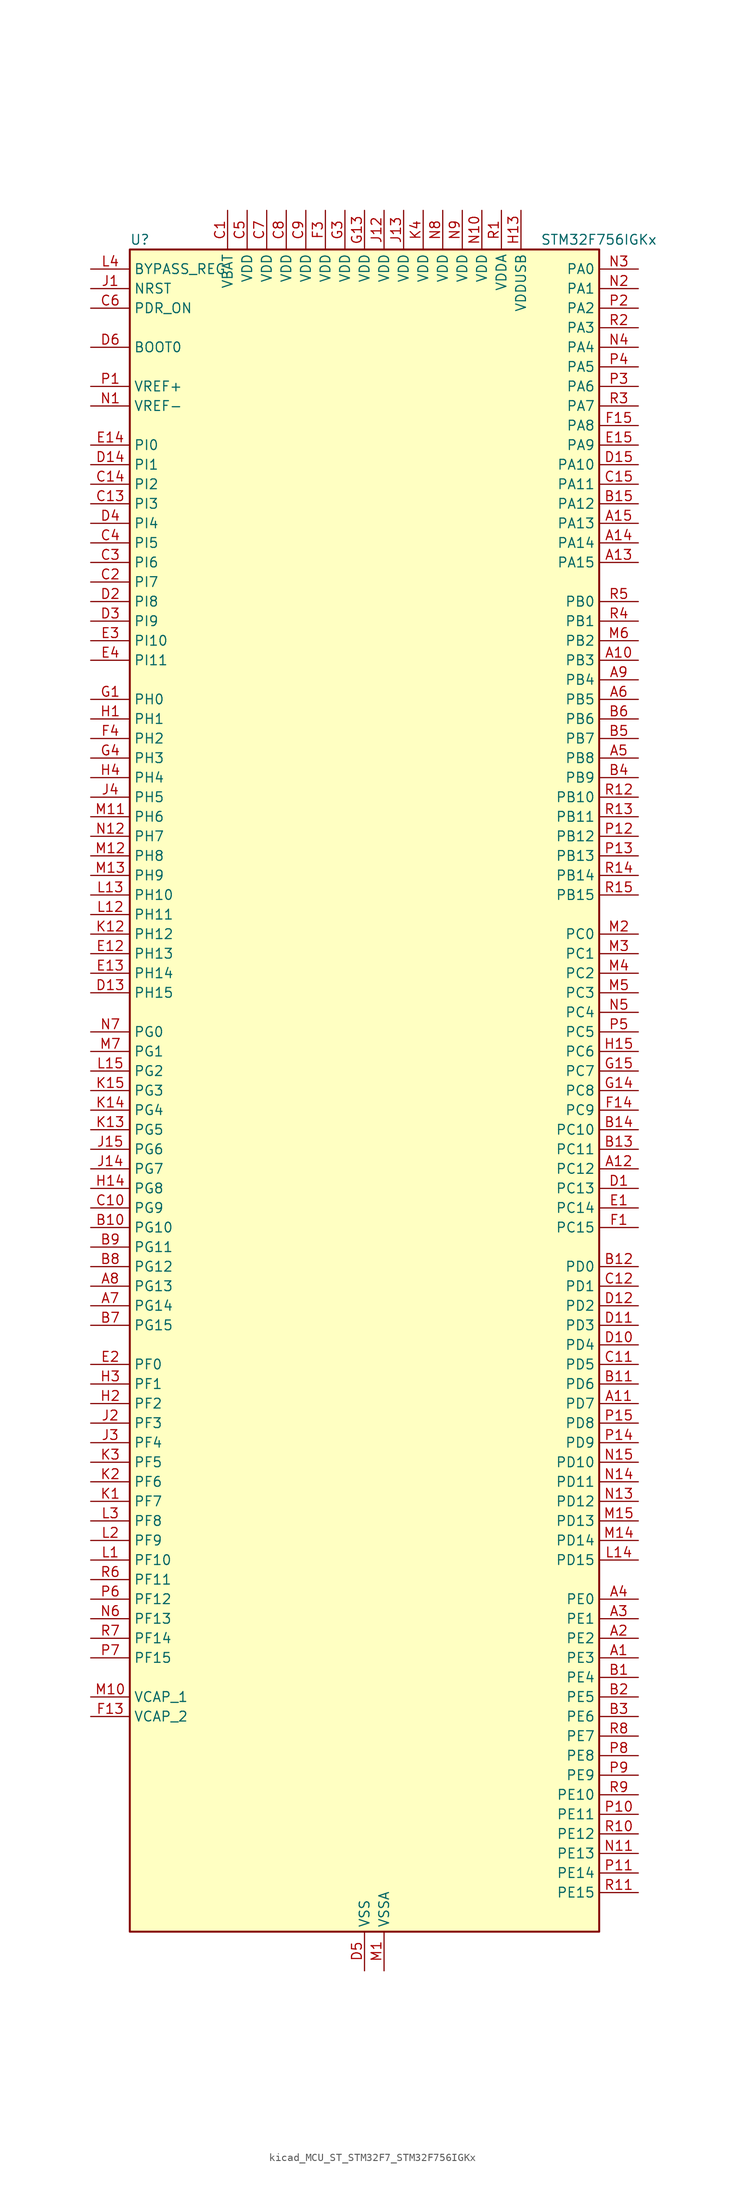
<source format=kicad_sym>
(kicad_symbol_lib
  (version 20220914)
  (generator kicad_symbol_editor)
  (symbol "kicad_MCU_ST_STM32F7_STM32F756IGKx"
    (property "Reference" "U"
      (at -30.48 110.49 0)
      (effects (font (size 1.27 1.27)) (justify left)))
    (property "Value" "STM32F756IGKx"
      (at 22.86 110.49 0)
      (effects (font (size 1.27 1.27)) (justify left)))
    (property "ki_locked" ""
      (at 0 0 0)
      (effects (font (size 1.27 1.27))))
    (symbol "kicad_MCU_ST_STM32F7_STM32F756IGKx_0_1"
      (rectangle (start -30.48 -109.22) (end 30.48 109.22) (stroke (width 0.254) (type default)) (fill (type background))))
    (symbol "kicad_MCU_ST_STM32F7_STM32F756IGKx_1_1"
      (pin bidirectional line (at 35.56 -73.66 180) (length 5.08) (name "PE3" (effects (font (size 1.27 1.27)))) (number "A1" (effects (font (size 1.27 1.27)))) (alternate "FMC_A19" bidirectional line) (alternate "SAI1_SD_B" bidirectional line) (alternate "SYS_TRACED0" bidirectional line))
      (pin bidirectional line (at 35.56 55.88 180) (length 5.08) (name "PB3" (effects (font (size 1.27 1.27)))) (number "A10" (effects (font (size 1.27 1.27)))) (alternate "I2S1_CK" bidirectional line) (alternate "I2S3_CK" bidirectional line) (alternate "SPI1_SCK" bidirectional line) (alternate "SPI3_SCK" bidirectional line) (alternate "SYS_JTDO-SWO" bidirectional line) (alternate "TIM2_CH2" bidirectional line))
      (pin bidirectional line (at 35.56 -40.64 180) (length 5.08) (name "PD7" (effects (font (size 1.27 1.27)))) (number "A11" (effects (font (size 1.27 1.27)))) (alternate "FMC_NE1" bidirectional line) (alternate "SPDIFRX_IN0" bidirectional line) (alternate "USART2_CK" bidirectional line))
      (pin bidirectional line (at 35.56 -10.16 180) (length 5.08) (name "PC12" (effects (font (size 1.27 1.27)))) (number "A12" (effects (font (size 1.27 1.27)))) (alternate "DCMI_D9" bidirectional line) (alternate "I2S3_SD" bidirectional line) (alternate "SDMMC1_CK" bidirectional line) (alternate "SPI3_MOSI" bidirectional line) (alternate "SYS_TRACED3" bidirectional line) (alternate "UART5_TX" bidirectional line) (alternate "USART3_CK" bidirectional line))
      (pin bidirectional line (at 35.56 68.58 180) (length 5.08) (name "PA15" (effects (font (size 1.27 1.27)))) (number "A13" (effects (font (size 1.27 1.27)))) (alternate "CEC" bidirectional line) (alternate "I2S1_WS" bidirectional line) (alternate "I2S3_WS" bidirectional line) (alternate "SPI1_NSS" bidirectional line) (alternate "SPI3_NSS" bidirectional line) (alternate "SYS_JTDI" bidirectional line) (alternate "TIM2_CH1" bidirectional line) (alternate "TIM2_ETR" bidirectional line) (alternate "UART4_DE" bidirectional line) (alternate "UART4_RTS" bidirectional line))
      (pin bidirectional line (at 35.56 71.12 180) (length 5.08) (name "PA14" (effects (font (size 1.27 1.27)))) (number "A14" (effects (font (size 1.27 1.27)))) (alternate "SYS_JTCK-SWCLK" bidirectional line))
      (pin bidirectional line (at 35.56 73.66 180) (length 5.08) (name "PA13" (effects (font (size 1.27 1.27)))) (number "A15" (effects (font (size 1.27 1.27)))) (alternate "SYS_JTMS-SWDIO" bidirectional line))
      (pin bidirectional line (at 35.56 -71.12 180) (length 5.08) (name "PE2" (effects (font (size 1.27 1.27)))) (number "A2" (effects (font (size 1.27 1.27)))) (alternate "ETH_TXD3" bidirectional line) (alternate "FMC_A23" bidirectional line) (alternate "QUADSPI_BK1_IO2" bidirectional line) (alternate "SAI1_MCLK_A" bidirectional line) (alternate "SPI4_SCK" bidirectional line) (alternate "SYS_TRACECLK" bidirectional line))
      (pin bidirectional line (at 35.56 -68.58 180) (length 5.08) (name "PE1" (effects (font (size 1.27 1.27)))) (number "A3" (effects (font (size 1.27 1.27)))) (alternate "DCMI_D3" bidirectional line) (alternate "FMC_NBL1" bidirectional line) (alternate "LPTIM1_IN2" bidirectional line) (alternate "UART8_TX" bidirectional line))
      (pin bidirectional line (at 35.56 -66.04 180) (length 5.08) (name "PE0" (effects (font (size 1.27 1.27)))) (number "A4" (effects (font (size 1.27 1.27)))) (alternate "DCMI_D2" bidirectional line) (alternate "FMC_NBL0" bidirectional line) (alternate "LPTIM1_ETR" bidirectional line) (alternate "SAI2_MCLK_A" bidirectional line) (alternate "TIM4_ETR" bidirectional line) (alternate "UART8_RX" bidirectional line))
      (pin bidirectional line (at 35.56 43.18 180) (length 5.08) (name "PB8" (effects (font (size 1.27 1.27)))) (number "A5" (effects (font (size 1.27 1.27)))) (alternate "CAN1_RX" bidirectional line) (alternate "DCMI_D6" bidirectional line) (alternate "ETH_TXD3" bidirectional line) (alternate "I2C1_SCL" bidirectional line) (alternate "LTDC_B6" bidirectional line) (alternate "SDMMC1_D4" bidirectional line) (alternate "TIM10_CH1" bidirectional line) (alternate "TIM4_CH3" bidirectional line))
      (pin bidirectional line (at 35.56 50.8 180) (length 5.08) (name "PB5" (effects (font (size 1.27 1.27)))) (number "A6" (effects (font (size 1.27 1.27)))) (alternate "CAN2_RX" bidirectional line) (alternate "DCMI_D10" bidirectional line) (alternate "ETH_PPS_OUT" bidirectional line) (alternate "FMC_SDCKE1" bidirectional line) (alternate "I2C1_SMBA" bidirectional line) (alternate "I2S1_SD" bidirectional line) (alternate "I2S3_SD" bidirectional line) (alternate "SPI1_MOSI" bidirectional line) (alternate "SPI3_MOSI" bidirectional line) (alternate "TIM3_CH2" bidirectional line) (alternate "USB_OTG_HS_ULPI_D7" bidirectional line))
      (pin bidirectional line (at -35.56 -27.94 0) (length 5.08) (name "PG14" (effects (font (size 1.27 1.27)))) (number "A7" (effects (font (size 1.27 1.27)))) (alternate "ETH_TXD1" bidirectional line) (alternate "FMC_A25" bidirectional line) (alternate "LPTIM1_ETR" bidirectional line) (alternate "LTDC_B0" bidirectional line) (alternate "QUADSPI_BK2_IO3" bidirectional line) (alternate "SPI6_MOSI" bidirectional line) (alternate "SYS_TRACED1" bidirectional line) (alternate "USART6_TX" bidirectional line))
      (pin bidirectional line (at -35.56 -25.4 0) (length 5.08) (name "PG13" (effects (font (size 1.27 1.27)))) (number "A8" (effects (font (size 1.27 1.27)))) (alternate "ETH_TXD0" bidirectional line) (alternate "FMC_A24" bidirectional line) (alternate "LPTIM1_OUT" bidirectional line) (alternate "LTDC_R0" bidirectional line) (alternate "SPI6_SCK" bidirectional line) (alternate "SYS_TRACED0" bidirectional line) (alternate "USART6_CTS" bidirectional line))
      (pin bidirectional line (at 35.56 53.34 180) (length 5.08) (name "PB4" (effects (font (size 1.27 1.27)))) (number "A9" (effects (font (size 1.27 1.27)))) (alternate "I2S2_WS" bidirectional line) (alternate "SPI1_MISO" bidirectional line) (alternate "SPI2_NSS" bidirectional line) (alternate "SPI3_MISO" bidirectional line) (alternate "SYS_JTRST" bidirectional line) (alternate "TIM3_CH1" bidirectional line))
      (pin bidirectional line (at 35.56 -76.2 180) (length 5.08) (name "PE4" (effects (font (size 1.27 1.27)))) (number "B1" (effects (font (size 1.27 1.27)))) (alternate "DCMI_D4" bidirectional line) (alternate "FMC_A20" bidirectional line) (alternate "LTDC_B0" bidirectional line) (alternate "SAI1_FS_A" bidirectional line) (alternate "SPI4_NSS" bidirectional line) (alternate "SYS_TRACED1" bidirectional line))
      (pin bidirectional line (at -35.56 -17.78 0) (length 5.08) (name "PG10" (effects (font (size 1.27 1.27)))) (number "B10" (effects (font (size 1.27 1.27)))) (alternate "DCMI_D2" bidirectional line) (alternate "FMC_NE3" bidirectional line) (alternate "LTDC_B2" bidirectional line) (alternate "LTDC_G3" bidirectional line) (alternate "SAI2_SD_B" bidirectional line))
      (pin bidirectional line (at 35.56 -38.1 180) (length 5.08) (name "PD6" (effects (font (size 1.27 1.27)))) (number "B11" (effects (font (size 1.27 1.27)))) (alternate "DCMI_D10" bidirectional line) (alternate "FMC_NWAIT" bidirectional line) (alternate "I2S3_SD" bidirectional line) (alternate "LTDC_B2" bidirectional line) (alternate "SAI1_SD_A" bidirectional line) (alternate "SPI3_MOSI" bidirectional line) (alternate "USART2_RX" bidirectional line))
      (pin bidirectional line (at 35.56 -22.86 180) (length 5.08) (name "PD0" (effects (font (size 1.27 1.27)))) (number "B12" (effects (font (size 1.27 1.27)))) (alternate "CAN1_RX" bidirectional line) (alternate "FMC_D2" bidirectional line) (alternate "FMC_DA2" bidirectional line))
      (pin bidirectional line (at 35.56 -7.62 180) (length 5.08) (name "PC11" (effects (font (size 1.27 1.27)))) (number "B13" (effects (font (size 1.27 1.27)))) (alternate "ADC1_EXTI11" bidirectional line) (alternate "ADC2_EXTI11" bidirectional line) (alternate "ADC3_EXTI11" bidirectional line) (alternate "DCMI_D4" bidirectional line) (alternate "QUADSPI_BK2_NCS" bidirectional line) (alternate "SDMMC1_D3" bidirectional line) (alternate "SPI3_MISO" bidirectional line) (alternate "UART4_RX" bidirectional line) (alternate "USART3_RX" bidirectional line))
      (pin bidirectional line (at 35.56 -5.08 180) (length 5.08) (name "PC10" (effects (font (size 1.27 1.27)))) (number "B14" (effects (font (size 1.27 1.27)))) (alternate "DCMI_D8" bidirectional line) (alternate "I2S3_CK" bidirectional line) (alternate "LTDC_R2" bidirectional line) (alternate "QUADSPI_BK1_IO1" bidirectional line) (alternate "SDMMC1_D2" bidirectional line) (alternate "SPI3_SCK" bidirectional line) (alternate "UART4_TX" bidirectional line) (alternate "USART3_TX" bidirectional line))
      (pin bidirectional line (at 35.56 76.2 180) (length 5.08) (name "PA12" (effects (font (size 1.27 1.27)))) (number "B15" (effects (font (size 1.27 1.27)))) (alternate "CAN1_TX" bidirectional line) (alternate "LTDC_R5" bidirectional line) (alternate "SAI2_FS_B" bidirectional line) (alternate "TIM1_ETR" bidirectional line) (alternate "USART1_DE" bidirectional line) (alternate "USART1_RTS" bidirectional line) (alternate "USB_OTG_FS_DP" bidirectional line))
      (pin bidirectional line (at 35.56 -78.74 180) (length 5.08) (name "PE5" (effects (font (size 1.27 1.27)))) (number "B2" (effects (font (size 1.27 1.27)))) (alternate "DCMI_D6" bidirectional line) (alternate "FMC_A21" bidirectional line) (alternate "LTDC_G0" bidirectional line) (alternate "SAI1_SCK_A" bidirectional line) (alternate "SPI4_MISO" bidirectional line) (alternate "SYS_TRACED2" bidirectional line) (alternate "TIM9_CH1" bidirectional line))
      (pin bidirectional line (at 35.56 -81.28 180) (length 5.08) (name "PE6" (effects (font (size 1.27 1.27)))) (number "B3" (effects (font (size 1.27 1.27)))) (alternate "DCMI_D7" bidirectional line) (alternate "FMC_A22" bidirectional line) (alternate "LTDC_G1" bidirectional line) (alternate "SAI1_SD_A" bidirectional line) (alternate "SAI2_MCLK_B" bidirectional line) (alternate "SPI4_MOSI" bidirectional line) (alternate "SYS_TRACED3" bidirectional line) (alternate "TIM1_BKIN2" bidirectional line) (alternate "TIM9_CH2" bidirectional line))
      (pin bidirectional line (at 35.56 40.64 180) (length 5.08) (name "PB9" (effects (font (size 1.27 1.27)))) (number "B4" (effects (font (size 1.27 1.27)))) (alternate "CAN1_TX" bidirectional line) (alternate "DAC_EXTI9" bidirectional line) (alternate "DCMI_D7" bidirectional line) (alternate "I2C1_SDA" bidirectional line) (alternate "I2S2_WS" bidirectional line) (alternate "LTDC_B7" bidirectional line) (alternate "SDMMC1_D5" bidirectional line) (alternate "SPI2_NSS" bidirectional line) (alternate "TIM11_CH1" bidirectional line) (alternate "TIM4_CH4" bidirectional line))
      (pin bidirectional line (at 35.56 45.72 180) (length 5.08) (name "PB7" (effects (font (size 1.27 1.27)))) (number "B5" (effects (font (size 1.27 1.27)))) (alternate "DCMI_VSYNC" bidirectional line) (alternate "FMC_NL" bidirectional line) (alternate "I2C1_SDA" bidirectional line) (alternate "TIM4_CH2" bidirectional line) (alternate "USART1_RX" bidirectional line))
      (pin bidirectional line (at 35.56 48.26 180) (length 5.08) (name "PB6" (effects (font (size 1.27 1.27)))) (number "B6" (effects (font (size 1.27 1.27)))) (alternate "CAN2_TX" bidirectional line) (alternate "CEC" bidirectional line) (alternate "DCMI_D5" bidirectional line) (alternate "FMC_SDNE1" bidirectional line) (alternate "I2C1_SCL" bidirectional line) (alternate "QUADSPI_BK1_NCS" bidirectional line) (alternate "TIM4_CH1" bidirectional line) (alternate "USART1_TX" bidirectional line))
      (pin bidirectional line (at -35.56 -30.48 0) (length 5.08) (name "PG15" (effects (font (size 1.27 1.27)))) (number "B7" (effects (font (size 1.27 1.27)))) (alternate "DCMI_D13" bidirectional line) (alternate "FMC_SDNCAS" bidirectional line) (alternate "USART6_CTS" bidirectional line))
      (pin bidirectional line (at -35.56 -22.86 0) (length 5.08) (name "PG12" (effects (font (size 1.27 1.27)))) (number "B8" (effects (font (size 1.27 1.27)))) (alternate "FMC_NE4" bidirectional line) (alternate "LPTIM1_IN1" bidirectional line) (alternate "LTDC_B1" bidirectional line) (alternate "LTDC_B4" bidirectional line) (alternate "SPDIFRX_IN1" bidirectional line) (alternate "SPI6_MISO" bidirectional line) (alternate "USART6_DE" bidirectional line) (alternate "USART6_RTS" bidirectional line))
      (pin bidirectional line (at -35.56 -20.32 0) (length 5.08) (name "PG11" (effects (font (size 1.27 1.27)))) (number "B9" (effects (font (size 1.27 1.27)))) (alternate "ADC1_EXTI11" bidirectional line) (alternate "ADC2_EXTI11" bidirectional line) (alternate "ADC3_EXTI11" bidirectional line) (alternate "DCMI_D3" bidirectional line) (alternate "ETH_TX_EN" bidirectional line) (alternate "LTDC_B3" bidirectional line) (alternate "SPDIFRX_IN0" bidirectional line))
      (pin power_in line (at -17.78 114.3 270) (length 5.08) (name "VBAT" (effects (font (size 1.27 1.27)))) (number "C1" (effects (font (size 1.27 1.27)))))
      (pin bidirectional line (at -35.56 -15.24 0) (length 5.08) (name "PG9" (effects (font (size 1.27 1.27)))) (number "C10" (effects (font (size 1.27 1.27)))) (alternate "DAC_EXTI9" bidirectional line) (alternate "DCMI_VSYNC" bidirectional line) (alternate "FMC_NCE" bidirectional line) (alternate "FMC_NE2" bidirectional line) (alternate "QUADSPI_BK2_IO2" bidirectional line) (alternate "SAI2_FS_B" bidirectional line) (alternate "SPDIFRX_IN3" bidirectional line) (alternate "USART6_RX" bidirectional line))
      (pin bidirectional line (at 35.56 -35.56 180) (length 5.08) (name "PD5" (effects (font (size 1.27 1.27)))) (number "C11" (effects (font (size 1.27 1.27)))) (alternate "FMC_NWE" bidirectional line) (alternate "USART2_TX" bidirectional line))
      (pin bidirectional line (at 35.56 -25.4 180) (length 5.08) (name "PD1" (effects (font (size 1.27 1.27)))) (number "C12" (effects (font (size 1.27 1.27)))) (alternate "CAN1_TX" bidirectional line) (alternate "FMC_D3" bidirectional line) (alternate "FMC_DA3" bidirectional line))
      (pin bidirectional line (at -35.56 76.2 0) (length 5.08) (name "PI3" (effects (font (size 1.27 1.27)))) (number "C13" (effects (font (size 1.27 1.27)))) (alternate "DCMI_D10" bidirectional line) (alternate "FMC_D27" bidirectional line) (alternate "I2S2_SD" bidirectional line) (alternate "SPI2_MOSI" bidirectional line) (alternate "TIM8_ETR" bidirectional line))
      (pin bidirectional line (at -35.56 78.74 0) (length 5.08) (name "PI2" (effects (font (size 1.27 1.27)))) (number "C14" (effects (font (size 1.27 1.27)))) (alternate "DCMI_D9" bidirectional line) (alternate "FMC_D26" bidirectional line) (alternate "LTDC_G7" bidirectional line) (alternate "SPI2_MISO" bidirectional line) (alternate "TIM8_CH4" bidirectional line))
      (pin bidirectional line (at 35.56 78.74 180) (length 5.08) (name "PA11" (effects (font (size 1.27 1.27)))) (number "C15" (effects (font (size 1.27 1.27)))) (alternate "ADC1_EXTI11" bidirectional line) (alternate "ADC2_EXTI11" bidirectional line) (alternate "ADC3_EXTI11" bidirectional line) (alternate "CAN1_RX" bidirectional line) (alternate "LTDC_R4" bidirectional line) (alternate "TIM1_CH4" bidirectional line) (alternate "USART1_CTS" bidirectional line) (alternate "USB_OTG_FS_DM" bidirectional line))
      (pin bidirectional line (at -35.56 66.04 0) (length 5.08) (name "PI7" (effects (font (size 1.27 1.27)))) (number "C2" (effects (font (size 1.27 1.27)))) (alternate "DCMI_D7" bidirectional line) (alternate "FMC_D29" bidirectional line) (alternate "LTDC_B7" bidirectional line) (alternate "SAI2_FS_A" bidirectional line) (alternate "TIM8_CH3" bidirectional line))
      (pin bidirectional line (at -35.56 68.58 0) (length 5.08) (name "PI6" (effects (font (size 1.27 1.27)))) (number "C3" (effects (font (size 1.27 1.27)))) (alternate "DCMI_D6" bidirectional line) (alternate "FMC_D28" bidirectional line) (alternate "LTDC_B6" bidirectional line) (alternate "SAI2_SD_A" bidirectional line) (alternate "TIM8_CH2" bidirectional line))
      (pin bidirectional line (at -35.56 71.12 0) (length 5.08) (name "PI5" (effects (font (size 1.27 1.27)))) (number "C4" (effects (font (size 1.27 1.27)))) (alternate "DCMI_VSYNC" bidirectional line) (alternate "FMC_NBL3" bidirectional line) (alternate "LTDC_B5" bidirectional line) (alternate "SAI2_SCK_A" bidirectional line) (alternate "TIM8_CH1" bidirectional line))
      (pin power_in line (at -15.24 114.3 270) (length 5.08) (name "VDD" (effects (font (size 1.27 1.27)))) (number "C5" (effects (font (size 1.27 1.27)))))
      (pin input line (at -35.56 101.6 0) (length 5.08) (name "PDR_ON" (effects (font (size 1.27 1.27)))) (number "C6" (effects (font (size 1.27 1.27)))))
      (pin power_in line (at -12.7 114.3 270) (length 5.08) (name "VDD" (effects (font (size 1.27 1.27)))) (number "C7" (effects (font (size 1.27 1.27)))))
      (pin power_in line (at -10.16 114.3 270) (length 5.08) (name "VDD" (effects (font (size 1.27 1.27)))) (number "C8" (effects (font (size 1.27 1.27)))))
      (pin power_in line (at -7.62 114.3 270) (length 5.08) (name "VDD" (effects (font (size 1.27 1.27)))) (number "C9" (effects (font (size 1.27 1.27)))))
      (pin bidirectional line (at 35.56 -12.7 180) (length 5.08) (name "PC13" (effects (font (size 1.27 1.27)))) (number "D1" (effects (font (size 1.27 1.27)))) (alternate "RTC_OUT" bidirectional line) (alternate "RTC_TAMP1" bidirectional line) (alternate "RTC_TS" bidirectional line) (alternate "SYS_WKUP4" bidirectional line))
      (pin bidirectional line (at 35.56 -33.02 180) (length 5.08) (name "PD4" (effects (font (size 1.27 1.27)))) (number "D10" (effects (font (size 1.27 1.27)))) (alternate "FMC_NOE" bidirectional line) (alternate "USART2_DE" bidirectional line) (alternate "USART2_RTS" bidirectional line))
      (pin bidirectional line (at 35.56 -30.48 180) (length 5.08) (name "PD3" (effects (font (size 1.27 1.27)))) (number "D11" (effects (font (size 1.27 1.27)))) (alternate "DCMI_D5" bidirectional line) (alternate "FMC_CLK" bidirectional line) (alternate "I2S2_CK" bidirectional line) (alternate "LTDC_G7" bidirectional line) (alternate "SPI2_SCK" bidirectional line) (alternate "USART2_CTS" bidirectional line))
      (pin bidirectional line (at 35.56 -27.94 180) (length 5.08) (name "PD2" (effects (font (size 1.27 1.27)))) (number "D12" (effects (font (size 1.27 1.27)))) (alternate "DCMI_D11" bidirectional line) (alternate "SDMMC1_CMD" bidirectional line) (alternate "SYS_TRACED2" bidirectional line) (alternate "TIM3_ETR" bidirectional line) (alternate "UART5_RX" bidirectional line))
      (pin bidirectional line (at -35.56 12.7 0) (length 5.08) (name "PH15" (effects (font (size 1.27 1.27)))) (number "D13" (effects (font (size 1.27 1.27)))) (alternate "DCMI_D11" bidirectional line) (alternate "FMC_D23" bidirectional line) (alternate "LTDC_G4" bidirectional line) (alternate "TIM8_CH3N" bidirectional line))
      (pin bidirectional line (at -35.56 81.28 0) (length 5.08) (name "PI1" (effects (font (size 1.27 1.27)))) (number "D14" (effects (font (size 1.27 1.27)))) (alternate "DCMI_D8" bidirectional line) (alternate "FMC_D25" bidirectional line) (alternate "I2S2_CK" bidirectional line) (alternate "LTDC_G6" bidirectional line) (alternate "SPI2_SCK" bidirectional line) (alternate "TIM8_BKIN2" bidirectional line))
      (pin bidirectional line (at 35.56 81.28 180) (length 5.08) (name "PA10" (effects (font (size 1.27 1.27)))) (number "D15" (effects (font (size 1.27 1.27)))) (alternate "DCMI_D1" bidirectional line) (alternate "TIM1_CH3" bidirectional line) (alternate "USART1_RX" bidirectional line) (alternate "USB_OTG_FS_ID" bidirectional line))
      (pin bidirectional line (at -35.56 63.5 0) (length 5.08) (name "PI8" (effects (font (size 1.27 1.27)))) (number "D2" (effects (font (size 1.27 1.27)))) (alternate "RTC_TAMP2" bidirectional line) (alternate "RTC_TS" bidirectional line) (alternate "SYS_WKUP5" bidirectional line))
      (pin bidirectional line (at -35.56 60.96 0) (length 5.08) (name "PI9" (effects (font (size 1.27 1.27)))) (number "D3" (effects (font (size 1.27 1.27)))) (alternate "CAN1_RX" bidirectional line) (alternate "DAC_EXTI9" bidirectional line) (alternate "FMC_D30" bidirectional line) (alternate "LTDC_VSYNC" bidirectional line))
      (pin bidirectional line (at -35.56 73.66 0) (length 5.08) (name "PI4" (effects (font (size 1.27 1.27)))) (number "D4" (effects (font (size 1.27 1.27)))) (alternate "DCMI_D5" bidirectional line) (alternate "FMC_NBL2" bidirectional line) (alternate "LTDC_B4" bidirectional line) (alternate "SAI2_MCLK_A" bidirectional line) (alternate "TIM8_BKIN" bidirectional line))
      (pin power_in line (at 0 -114.3 90) (length 5.08) (name "VSS" (effects (font (size 1.27 1.27)))) (number "D5" (effects (font (size 1.27 1.27)))))
      (pin input line (at -35.56 96.52 0) (length 5.08) (name "BOOT0" (effects (font (size 1.27 1.27)))) (number "D6" (effects (font (size 1.27 1.27)))))
      (pin passive line (at 0 -114.3 90) (length 5.08) hide (name "VSS" (effects (font (size 1.27 1.27)))) (number "D7" (effects (font (size 1.27 1.27)))))
      (pin passive line (at 0 -114.3 90) (length 5.08) hide (name "VSS" (effects (font (size 1.27 1.27)))) (number "D8" (effects (font (size 1.27 1.27)))))
      (pin passive line (at 0 -114.3 90) (length 5.08) hide (name "VSS" (effects (font (size 1.27 1.27)))) (number "D9" (effects (font (size 1.27 1.27)))))
      (pin bidirectional line (at 35.56 -15.24 180) (length 5.08) (name "PC14" (effects (font (size 1.27 1.27)))) (number "E1" (effects (font (size 1.27 1.27)))) (alternate "RCC_OSC32_IN" bidirectional line))
      (pin bidirectional line (at -35.56 17.78 0) (length 5.08) (name "PH13" (effects (font (size 1.27 1.27)))) (number "E12" (effects (font (size 1.27 1.27)))) (alternate "CAN1_TX" bidirectional line) (alternate "FMC_D21" bidirectional line) (alternate "LTDC_G2" bidirectional line) (alternate "TIM8_CH1N" bidirectional line))
      (pin bidirectional line (at -35.56 15.24 0) (length 5.08) (name "PH14" (effects (font (size 1.27 1.27)))) (number "E13" (effects (font (size 1.27 1.27)))) (alternate "DCMI_D4" bidirectional line) (alternate "FMC_D22" bidirectional line) (alternate "LTDC_G3" bidirectional line) (alternate "TIM8_CH2N" bidirectional line))
      (pin bidirectional line (at -35.56 83.82 0) (length 5.08) (name "PI0" (effects (font (size 1.27 1.27)))) (number "E14" (effects (font (size 1.27 1.27)))) (alternate "DCMI_D13" bidirectional line) (alternate "FMC_D24" bidirectional line) (alternate "I2S2_WS" bidirectional line) (alternate "LTDC_G5" bidirectional line) (alternate "SPI2_NSS" bidirectional line) (alternate "TIM5_CH4" bidirectional line))
      (pin bidirectional line (at 35.56 83.82 180) (length 5.08) (name "PA9" (effects (font (size 1.27 1.27)))) (number "E15" (effects (font (size 1.27 1.27)))) (alternate "DAC_EXTI9" bidirectional line) (alternate "DCMI_D0" bidirectional line) (alternate "I2C3_SMBA" bidirectional line) (alternate "I2S2_CK" bidirectional line) (alternate "SPI2_SCK" bidirectional line) (alternate "TIM1_CH2" bidirectional line) (alternate "USART1_TX" bidirectional line) (alternate "USB_OTG_FS_VBUS" bidirectional line))
      (pin bidirectional line (at -35.56 -35.56 0) (length 5.08) (name "PF0" (effects (font (size 1.27 1.27)))) (number "E2" (effects (font (size 1.27 1.27)))) (alternate "FMC_A0" bidirectional line) (alternate "I2C2_SDA" bidirectional line))
      (pin bidirectional line (at -35.56 58.42 0) (length 5.08) (name "PI10" (effects (font (size 1.27 1.27)))) (number "E3" (effects (font (size 1.27 1.27)))) (alternate "ETH_RX_ER" bidirectional line) (alternate "FMC_D31" bidirectional line) (alternate "LTDC_HSYNC" bidirectional line))
      (pin bidirectional line (at -35.56 55.88 0) (length 5.08) (name "PI11" (effects (font (size 1.27 1.27)))) (number "E4" (effects (font (size 1.27 1.27)))) (alternate "ADC1_EXTI11" bidirectional line) (alternate "ADC2_EXTI11" bidirectional line) (alternate "ADC3_EXTI11" bidirectional line) (alternate "SYS_WKUP6" bidirectional line) (alternate "USB_OTG_HS_ULPI_DIR" bidirectional line))
      (pin bidirectional line (at 35.56 -17.78 180) (length 5.08) (name "PC15" (effects (font (size 1.27 1.27)))) (number "F1" (effects (font (size 1.27 1.27)))) (alternate "RCC_OSC32_OUT" bidirectional line))
      (pin passive line (at 0 -114.3 90) (length 5.08) hide (name "VSS" (effects (font (size 1.27 1.27)))) (number "F10" (effects (font (size 1.27 1.27)))))
      (pin passive line (at 0 -114.3 90) (length 5.08) hide (name "VSS" (effects (font (size 1.27 1.27)))) (number "F12" (effects (font (size 1.27 1.27)))))
      (pin power_out line (at -35.56 -81.28 0) (length 5.08) (name "VCAP_2" (effects (font (size 1.27 1.27)))) (number "F13" (effects (font (size 1.27 1.27)))))
      (pin bidirectional line (at 35.56 -2.54 180) (length 5.08) (name "PC9" (effects (font (size 1.27 1.27)))) (number "F14" (effects (font (size 1.27 1.27)))) (alternate "DAC_EXTI9" bidirectional line) (alternate "DCMI_D3" bidirectional line) (alternate "I2C3_SDA" bidirectional line) (alternate "I2S_CKIN" bidirectional line) (alternate "QUADSPI_BK1_IO0" bidirectional line) (alternate "RCC_MCO_2" bidirectional line) (alternate "SDMMC1_D1" bidirectional line) (alternate "TIM3_CH4" bidirectional line) (alternate "TIM8_CH4" bidirectional line) (alternate "UART5_CTS" bidirectional line))
      (pin bidirectional line (at 35.56 86.36 180) (length 5.08) (name "PA8" (effects (font (size 1.27 1.27)))) (number "F15" (effects (font (size 1.27 1.27)))) (alternate "I2C3_SCL" bidirectional line) (alternate "LTDC_R6" bidirectional line) (alternate "RCC_MCO_1" bidirectional line) (alternate "TIM1_CH1" bidirectional line) (alternate "TIM8_BKIN2" bidirectional line) (alternate "USART1_CK" bidirectional line) (alternate "USB_OTG_FS_SOF" bidirectional line))
      (pin passive line (at 0 -114.3 90) (length 5.08) hide (name "VSS" (effects (font (size 1.27 1.27)))) (number "F2" (effects (font (size 1.27 1.27)))))
      (pin power_in line (at -5.08 114.3 270) (length 5.08) (name "VDD" (effects (font (size 1.27 1.27)))) (number "F3" (effects (font (size 1.27 1.27)))))
      (pin bidirectional line (at -35.56 45.72 0) (length 5.08) (name "PH2" (effects (font (size 1.27 1.27)))) (number "F4" (effects (font (size 1.27 1.27)))) (alternate "ETH_CRS" bidirectional line) (alternate "FMC_SDCKE0" bidirectional line) (alternate "LPTIM1_IN2" bidirectional line) (alternate "LTDC_R0" bidirectional line) (alternate "QUADSPI_BK2_IO0" bidirectional line) (alternate "SAI2_SCK_B" bidirectional line))
      (pin passive line (at 0 -114.3 90) (length 5.08) hide (name "VSS" (effects (font (size 1.27 1.27)))) (number "F6" (effects (font (size 1.27 1.27)))))
      (pin passive line (at 0 -114.3 90) (length 5.08) hide (name "VSS" (effects (font (size 1.27 1.27)))) (number "F7" (effects (font (size 1.27 1.27)))))
      (pin passive line (at 0 -114.3 90) (length 5.08) hide (name "VSS" (effects (font (size 1.27 1.27)))) (number "F8" (effects (font (size 1.27 1.27)))))
      (pin passive line (at 0 -114.3 90) (length 5.08) hide (name "VSS" (effects (font (size 1.27 1.27)))) (number "F9" (effects (font (size 1.27 1.27)))))
      (pin bidirectional line (at -35.56 50.8 0) (length 5.08) (name "PH0" (effects (font (size 1.27 1.27)))) (number "G1" (effects (font (size 1.27 1.27)))) (alternate "RCC_OSC_IN" bidirectional line))
      (pin passive line (at 0 -114.3 90) (length 5.08) hide (name "VSS" (effects (font (size 1.27 1.27)))) (number "G10" (effects (font (size 1.27 1.27)))))
      (pin passive line (at 0 -114.3 90) (length 5.08) hide (name "VSS" (effects (font (size 1.27 1.27)))) (number "G12" (effects (font (size 1.27 1.27)))))
      (pin power_in line (at 0 114.3 270) (length 5.08) (name "VDD" (effects (font (size 1.27 1.27)))) (number "G13" (effects (font (size 1.27 1.27)))))
      (pin bidirectional line (at 35.56 0 180) (length 5.08) (name "PC8" (effects (font (size 1.27 1.27)))) (number "G14" (effects (font (size 1.27 1.27)))) (alternate "DCMI_D2" bidirectional line) (alternate "SDMMC1_D0" bidirectional line) (alternate "SYS_TRACED1" bidirectional line) (alternate "TIM3_CH3" bidirectional line) (alternate "TIM8_CH3" bidirectional line) (alternate "UART5_DE" bidirectional line) (alternate "UART5_RTS" bidirectional line) (alternate "USART6_CK" bidirectional line))
      (pin bidirectional line (at 35.56 2.54 180) (length 5.08) (name "PC7" (effects (font (size 1.27 1.27)))) (number "G15" (effects (font (size 1.27 1.27)))) (alternate "DCMI_D1" bidirectional line) (alternate "I2S3_MCK" bidirectional line) (alternate "LTDC_G6" bidirectional line) (alternate "SDMMC1_D7" bidirectional line) (alternate "TIM3_CH2" bidirectional line) (alternate "TIM8_CH2" bidirectional line) (alternate "USART6_RX" bidirectional line))
      (pin passive line (at 0 -114.3 90) (length 5.08) hide (name "VSS" (effects (font (size 1.27 1.27)))) (number "G2" (effects (font (size 1.27 1.27)))))
      (pin power_in line (at -2.54 114.3 270) (length 5.08) (name "VDD" (effects (font (size 1.27 1.27)))) (number "G3" (effects (font (size 1.27 1.27)))))
      (pin bidirectional line (at -35.56 43.18 0) (length 5.08) (name "PH3" (effects (font (size 1.27 1.27)))) (number "G4" (effects (font (size 1.27 1.27)))) (alternate "ETH_COL" bidirectional line) (alternate "FMC_SDNE0" bidirectional line) (alternate "LTDC_R1" bidirectional line) (alternate "QUADSPI_BK2_IO1" bidirectional line) (alternate "SAI2_MCLK_B" bidirectional line))
      (pin passive line (at 0 -114.3 90) (length 5.08) hide (name "VSS" (effects (font (size 1.27 1.27)))) (number "G6" (effects (font (size 1.27 1.27)))))
      (pin passive line (at 0 -114.3 90) (length 5.08) hide (name "VSS" (effects (font (size 1.27 1.27)))) (number "G7" (effects (font (size 1.27 1.27)))))
      (pin passive line (at 0 -114.3 90) (length 5.08) hide (name "VSS" (effects (font (size 1.27 1.27)))) (number "G8" (effects (font (size 1.27 1.27)))))
      (pin passive line (at 0 -114.3 90) (length 5.08) hide (name "VSS" (effects (font (size 1.27 1.27)))) (number "G9" (effects (font (size 1.27 1.27)))))
      (pin bidirectional line (at -35.56 48.26 0) (length 5.08) (name "PH1" (effects (font (size 1.27 1.27)))) (number "H1" (effects (font (size 1.27 1.27)))) (alternate "RCC_OSC_OUT" bidirectional line))
      (pin passive line (at 0 -114.3 90) (length 5.08) hide (name "VSS" (effects (font (size 1.27 1.27)))) (number "H10" (effects (font (size 1.27 1.27)))))
      (pin passive line (at 0 -114.3 90) (length 5.08) hide (name "VSS" (effects (font (size 1.27 1.27)))) (number "H12" (effects (font (size 1.27 1.27)))))
      (pin power_in line (at 20.32 114.3 270) (length 5.08) (name "VDDUSB" (effects (font (size 1.27 1.27)))) (number "H13" (effects (font (size 1.27 1.27)))))
      (pin bidirectional line (at -35.56 -12.7 0) (length 5.08) (name "PG8" (effects (font (size 1.27 1.27)))) (number "H14" (effects (font (size 1.27 1.27)))) (alternate "ETH_PPS_OUT" bidirectional line) (alternate "FMC_SDCLK" bidirectional line) (alternate "SPDIFRX_IN2" bidirectional line) (alternate "SPI6_NSS" bidirectional line) (alternate "USART6_DE" bidirectional line) (alternate "USART6_RTS" bidirectional line))
      (pin bidirectional line (at 35.56 5.08 180) (length 5.08) (name "PC6" (effects (font (size 1.27 1.27)))) (number "H15" (effects (font (size 1.27 1.27)))) (alternate "DCMI_D0" bidirectional line) (alternate "I2S2_MCK" bidirectional line) (alternate "LTDC_HSYNC" bidirectional line) (alternate "SDMMC1_D6" bidirectional line) (alternate "TIM3_CH1" bidirectional line) (alternate "TIM8_CH1" bidirectional line) (alternate "USART6_TX" bidirectional line))
      (pin bidirectional line (at -35.56 -40.64 0) (length 5.08) (name "PF2" (effects (font (size 1.27 1.27)))) (number "H2" (effects (font (size 1.27 1.27)))) (alternate "FMC_A2" bidirectional line) (alternate "I2C2_SMBA" bidirectional line))
      (pin bidirectional line (at -35.56 -38.1 0) (length 5.08) (name "PF1" (effects (font (size 1.27 1.27)))) (number "H3" (effects (font (size 1.27 1.27)))) (alternate "FMC_A1" bidirectional line) (alternate "I2C2_SCL" bidirectional line))
      (pin bidirectional line (at -35.56 40.64 0) (length 5.08) (name "PH4" (effects (font (size 1.27 1.27)))) (number "H4" (effects (font (size 1.27 1.27)))) (alternate "I2C2_SCL" bidirectional line) (alternate "USB_OTG_HS_ULPI_NXT" bidirectional line))
      (pin passive line (at 0 -114.3 90) (length 5.08) hide (name "VSS" (effects (font (size 1.27 1.27)))) (number "H6" (effects (font (size 1.27 1.27)))))
      (pin passive line (at 0 -114.3 90) (length 5.08) hide (name "VSS" (effects (font (size 1.27 1.27)))) (number "H7" (effects (font (size 1.27 1.27)))))
      (pin passive line (at 0 -114.3 90) (length 5.08) hide (name "VSS" (effects (font (size 1.27 1.27)))) (number "H8" (effects (font (size 1.27 1.27)))))
      (pin passive line (at 0 -114.3 90) (length 5.08) hide (name "VSS" (effects (font (size 1.27 1.27)))) (number "H9" (effects (font (size 1.27 1.27)))))
      (pin input line (at -35.56 104.14 0) (length 5.08) (name "NRST" (effects (font (size 1.27 1.27)))) (number "J1" (effects (font (size 1.27 1.27)))))
      (pin passive line (at 0 -114.3 90) (length 5.08) hide (name "VSS" (effects (font (size 1.27 1.27)))) (number "J10" (effects (font (size 1.27 1.27)))))
      (pin power_in line (at 2.54 114.3 270) (length 5.08) (name "VDD" (effects (font (size 1.27 1.27)))) (number "J12" (effects (font (size 1.27 1.27)))))
      (pin power_in line (at 5.08 114.3 270) (length 5.08) (name "VDD" (effects (font (size 1.27 1.27)))) (number "J13" (effects (font (size 1.27 1.27)))))
      (pin bidirectional line (at -35.56 -10.16 0) (length 5.08) (name "PG7" (effects (font (size 1.27 1.27)))) (number "J14" (effects (font (size 1.27 1.27)))) (alternate "DCMI_D13" bidirectional line) (alternate "FMC_INT" bidirectional line) (alternate "LTDC_CLK" bidirectional line) (alternate "USART6_CK" bidirectional line))
      (pin bidirectional line (at -35.56 -7.62 0) (length 5.08) (name "PG6" (effects (font (size 1.27 1.27)))) (number "J15" (effects (font (size 1.27 1.27)))) (alternate "DCMI_D12" bidirectional line) (alternate "LTDC_R7" bidirectional line))
      (pin bidirectional line (at -35.56 -43.18 0) (length 5.08) (name "PF3" (effects (font (size 1.27 1.27)))) (number "J2" (effects (font (size 1.27 1.27)))) (alternate "ADC3_IN9" bidirectional line) (alternate "FMC_A3" bidirectional line))
      (pin bidirectional line (at -35.56 -45.72 0) (length 5.08) (name "PF4" (effects (font (size 1.27 1.27)))) (number "J3" (effects (font (size 1.27 1.27)))) (alternate "ADC3_IN14" bidirectional line) (alternate "FMC_A4" bidirectional line))
      (pin bidirectional line (at -35.56 38.1 0) (length 5.08) (name "PH5" (effects (font (size 1.27 1.27)))) (number "J4" (effects (font (size 1.27 1.27)))) (alternate "FMC_SDNWE" bidirectional line) (alternate "I2C2_SDA" bidirectional line) (alternate "SPI5_NSS" bidirectional line))
      (pin passive line (at 0 -114.3 90) (length 5.08) hide (name "VSS" (effects (font (size 1.27 1.27)))) (number "J6" (effects (font (size 1.27 1.27)))))
      (pin passive line (at 0 -114.3 90) (length 5.08) hide (name "VSS" (effects (font (size 1.27 1.27)))) (number "J7" (effects (font (size 1.27 1.27)))))
      (pin passive line (at 0 -114.3 90) (length 5.08) hide (name "VSS" (effects (font (size 1.27 1.27)))) (number "J8" (effects (font (size 1.27 1.27)))))
      (pin passive line (at 0 -114.3 90) (length 5.08) hide (name "VSS" (effects (font (size 1.27 1.27)))) (number "J9" (effects (font (size 1.27 1.27)))))
      (pin bidirectional line (at -35.56 -53.34 0) (length 5.08) (name "PF7" (effects (font (size 1.27 1.27)))) (number "K1" (effects (font (size 1.27 1.27)))) (alternate "ADC3_IN5" bidirectional line) (alternate "QUADSPI_BK1_IO2" bidirectional line) (alternate "SAI1_MCLK_B" bidirectional line) (alternate "SPI5_SCK" bidirectional line) (alternate "TIM11_CH1" bidirectional line) (alternate "UART7_TX" bidirectional line))
      (pin passive line (at 0 -114.3 90) (length 5.08) hide (name "VSS" (effects (font (size 1.27 1.27)))) (number "K10" (effects (font (size 1.27 1.27)))))
      (pin bidirectional line (at -35.56 20.32 0) (length 5.08) (name "PH12" (effects (font (size 1.27 1.27)))) (number "K12" (effects (font (size 1.27 1.27)))) (alternate "DCMI_D3" bidirectional line) (alternate "FMC_D20" bidirectional line) (alternate "I2C4_SDA" bidirectional line) (alternate "LTDC_R6" bidirectional line) (alternate "TIM5_CH3" bidirectional line))
      (pin bidirectional line (at -35.56 -5.08 0) (length 5.08) (name "PG5" (effects (font (size 1.27 1.27)))) (number "K13" (effects (font (size 1.27 1.27)))) (alternate "FMC_A15" bidirectional line) (alternate "FMC_BA1" bidirectional line))
      (pin bidirectional line (at -35.56 -2.54 0) (length 5.08) (name "PG4" (effects (font (size 1.27 1.27)))) (number "K14" (effects (font (size 1.27 1.27)))) (alternate "FMC_A14" bidirectional line) (alternate "FMC_BA0" bidirectional line))
      (pin bidirectional line (at -35.56 0 0) (length 5.08) (name "PG3" (effects (font (size 1.27 1.27)))) (number "K15" (effects (font (size 1.27 1.27)))) (alternate "FMC_A13" bidirectional line))
      (pin bidirectional line (at -35.56 -50.8 0) (length 5.08) (name "PF6" (effects (font (size 1.27 1.27)))) (number "K2" (effects (font (size 1.27 1.27)))) (alternate "ADC3_IN4" bidirectional line) (alternate "QUADSPI_BK1_IO3" bidirectional line) (alternate "SAI1_SD_B" bidirectional line) (alternate "SPI5_NSS" bidirectional line) (alternate "TIM10_CH1" bidirectional line) (alternate "UART7_RX" bidirectional line))
      (pin bidirectional line (at -35.56 -48.26 0) (length 5.08) (name "PF5" (effects (font (size 1.27 1.27)))) (number "K3" (effects (font (size 1.27 1.27)))) (alternate "ADC3_IN15" bidirectional line) (alternate "FMC_A5" bidirectional line))
      (pin power_in line (at 7.62 114.3 270) (length 5.08) (name "VDD" (effects (font (size 1.27 1.27)))) (number "K4" (effects (font (size 1.27 1.27)))))
      (pin passive line (at 0 -114.3 90) (length 5.08) hide (name "VSS" (effects (font (size 1.27 1.27)))) (number "K6" (effects (font (size 1.27 1.27)))))
      (pin passive line (at 0 -114.3 90) (length 5.08) hide (name "VSS" (effects (font (size 1.27 1.27)))) (number "K7" (effects (font (size 1.27 1.27)))))
      (pin passive line (at 0 -114.3 90) (length 5.08) hide (name "VSS" (effects (font (size 1.27 1.27)))) (number "K8" (effects (font (size 1.27 1.27)))))
      (pin passive line (at 0 -114.3 90) (length 5.08) hide (name "VSS" (effects (font (size 1.27 1.27)))) (number "K9" (effects (font (size 1.27 1.27)))))
      (pin bidirectional line (at -35.56 -60.96 0) (length 5.08) (name "PF10" (effects (font (size 1.27 1.27)))) (number "L1" (effects (font (size 1.27 1.27)))) (alternate "ADC3_IN8" bidirectional line) (alternate "DCMI_D11" bidirectional line) (alternate "LTDC_DE" bidirectional line))
      (pin bidirectional line (at -35.56 22.86 0) (length 5.08) (name "PH11" (effects (font (size 1.27 1.27)))) (number "L12" (effects (font (size 1.27 1.27)))) (alternate "ADC1_EXTI11" bidirectional line) (alternate "ADC2_EXTI11" bidirectional line) (alternate "ADC3_EXTI11" bidirectional line) (alternate "DCMI_D2" bidirectional line) (alternate "FMC_D19" bidirectional line) (alternate "I2C4_SCL" bidirectional line) (alternate "LTDC_R5" bidirectional line) (alternate "TIM5_CH2" bidirectional line))
      (pin bidirectional line (at -35.56 25.4 0) (length 5.08) (name "PH10" (effects (font (size 1.27 1.27)))) (number "L13" (effects (font (size 1.27 1.27)))) (alternate "DCMI_D1" bidirectional line) (alternate "FMC_D18" bidirectional line) (alternate "I2C4_SMBA" bidirectional line) (alternate "LTDC_R4" bidirectional line) (alternate "TIM5_CH1" bidirectional line))
      (pin bidirectional line (at 35.56 -60.96 180) (length 5.08) (name "PD15" (effects (font (size 1.27 1.27)))) (number "L14" (effects (font (size 1.27 1.27)))) (alternate "FMC_D1" bidirectional line) (alternate "FMC_DA1" bidirectional line) (alternate "TIM4_CH4" bidirectional line) (alternate "UART8_DE" bidirectional line) (alternate "UART8_RTS" bidirectional line))
      (pin bidirectional line (at -35.56 2.54 0) (length 5.08) (name "PG2" (effects (font (size 1.27 1.27)))) (number "L15" (effects (font (size 1.27 1.27)))) (alternate "FMC_A12" bidirectional line))
      (pin bidirectional line (at -35.56 -58.42 0) (length 5.08) (name "PF9" (effects (font (size 1.27 1.27)))) (number "L2" (effects (font (size 1.27 1.27)))) (alternate "ADC3_IN7" bidirectional line) (alternate "DAC_EXTI9" bidirectional line) (alternate "QUADSPI_BK1_IO1" bidirectional line) (alternate "SAI1_FS_B" bidirectional line) (alternate "SPI5_MOSI" bidirectional line) (alternate "TIM14_CH1" bidirectional line) (alternate "UART7_CTS" bidirectional line))
      (pin bidirectional line (at -35.56 -55.88 0) (length 5.08) (name "PF8" (effects (font (size 1.27 1.27)))) (number "L3" (effects (font (size 1.27 1.27)))) (alternate "ADC3_IN6" bidirectional line) (alternate "QUADSPI_BK1_IO0" bidirectional line) (alternate "SAI1_SCK_B" bidirectional line) (alternate "SPI5_MISO" bidirectional line) (alternate "TIM13_CH1" bidirectional line) (alternate "UART7_DE" bidirectional line) (alternate "UART7_RTS" bidirectional line))
      (pin input line (at -35.56 106.68 0) (length 5.08) (name "BYPASS_REG" (effects (font (size 1.27 1.27)))) (number "L4" (effects (font (size 1.27 1.27)))))
      (pin power_in line (at 2.54 -114.3 90) (length 5.08) (name "VSSA" (effects (font (size 1.27 1.27)))) (number "M1" (effects (font (size 1.27 1.27)))))
      (pin power_out line (at -35.56 -78.74 0) (length 5.08) (name "VCAP_1" (effects (font (size 1.27 1.27)))) (number "M10" (effects (font (size 1.27 1.27)))))
      (pin bidirectional line (at -35.56 35.56 0) (length 5.08) (name "PH6" (effects (font (size 1.27 1.27)))) (number "M11" (effects (font (size 1.27 1.27)))) (alternate "DCMI_D8" bidirectional line) (alternate "ETH_RXD2" bidirectional line) (alternate "FMC_SDNE1" bidirectional line) (alternate "I2C2_SMBA" bidirectional line) (alternate "SPI5_SCK" bidirectional line) (alternate "TIM12_CH1" bidirectional line))
      (pin bidirectional line (at -35.56 30.48 0) (length 5.08) (name "PH8" (effects (font (size 1.27 1.27)))) (number "M12" (effects (font (size 1.27 1.27)))) (alternate "DCMI_HSYNC" bidirectional line) (alternate "FMC_D16" bidirectional line) (alternate "I2C3_SDA" bidirectional line) (alternate "LTDC_R2" bidirectional line))
      (pin bidirectional line (at -35.56 27.94 0) (length 5.08) (name "PH9" (effects (font (size 1.27 1.27)))) (number "M13" (effects (font (size 1.27 1.27)))) (alternate "DAC_EXTI9" bidirectional line) (alternate "DCMI_D0" bidirectional line) (alternate "FMC_D17" bidirectional line) (alternate "I2C3_SMBA" bidirectional line) (alternate "LTDC_R3" bidirectional line) (alternate "TIM12_CH2" bidirectional line))
      (pin bidirectional line (at 35.56 -58.42 180) (length 5.08) (name "PD14" (effects (font (size 1.27 1.27)))) (number "M14" (effects (font (size 1.27 1.27)))) (alternate "FMC_D0" bidirectional line) (alternate "FMC_DA0" bidirectional line) (alternate "TIM4_CH3" bidirectional line) (alternate "UART8_CTS" bidirectional line))
      (pin bidirectional line (at 35.56 -55.88 180) (length 5.08) (name "PD13" (effects (font (size 1.27 1.27)))) (number "M15" (effects (font (size 1.27 1.27)))) (alternate "FMC_A18" bidirectional line) (alternate "I2C4_SDA" bidirectional line) (alternate "LPTIM1_OUT" bidirectional line) (alternate "QUADSPI_BK1_IO3" bidirectional line) (alternate "SAI2_SCK_A" bidirectional line) (alternate "TIM4_CH2" bidirectional line))
      (pin bidirectional line (at 35.56 20.32 180) (length 5.08) (name "PC0" (effects (font (size 1.27 1.27)))) (number "M2" (effects (font (size 1.27 1.27)))) (alternate "ADC1_IN10" bidirectional line) (alternate "ADC2_IN10" bidirectional line) (alternate "ADC3_IN10" bidirectional line) (alternate "FMC_SDNWE" bidirectional line) (alternate "LTDC_R5" bidirectional line) (alternate "SAI2_FS_B" bidirectional line) (alternate "USB_OTG_HS_ULPI_STP" bidirectional line))
      (pin bidirectional line (at 35.56 17.78 180) (length 5.08) (name "PC1" (effects (font (size 1.27 1.27)))) (number "M3" (effects (font (size 1.27 1.27)))) (alternate "ADC1_IN11" bidirectional line) (alternate "ADC2_IN11" bidirectional line) (alternate "ADC3_IN11" bidirectional line) (alternate "ETH_MDC" bidirectional line) (alternate "I2S2_SD" bidirectional line) (alternate "RTC_TAMP3" bidirectional line) (alternate "RTC_TS" bidirectional line) (alternate "SAI1_SD_A" bidirectional line) (alternate "SPI2_MOSI" bidirectional line) (alternate "SYS_TRACED0" bidirectional line) (alternate "SYS_WKUP3" bidirectional line))
      (pin bidirectional line (at 35.56 15.24 180) (length 5.08) (name "PC2" (effects (font (size 1.27 1.27)))) (number "M4" (effects (font (size 1.27 1.27)))) (alternate "ADC1_IN12" bidirectional line) (alternate "ADC2_IN12" bidirectional line) (alternate "ADC3_IN12" bidirectional line) (alternate "ETH_TXD2" bidirectional line) (alternate "FMC_SDNE0" bidirectional line) (alternate "SPI2_MISO" bidirectional line) (alternate "USB_OTG_HS_ULPI_DIR" bidirectional line))
      (pin bidirectional line (at 35.56 12.7 180) (length 5.08) (name "PC3" (effects (font (size 1.27 1.27)))) (number "M5" (effects (font (size 1.27 1.27)))) (alternate "ADC1_IN13" bidirectional line) (alternate "ADC2_IN13" bidirectional line) (alternate "ADC3_IN13" bidirectional line) (alternate "ETH_TX_CLK" bidirectional line) (alternate "FMC_SDCKE0" bidirectional line) (alternate "I2S2_SD" bidirectional line) (alternate "SPI2_MOSI" bidirectional line) (alternate "USB_OTG_HS_ULPI_NXT" bidirectional line))
      (pin bidirectional line (at 35.56 58.42 180) (length 5.08) (name "PB2" (effects (font (size 1.27 1.27)))) (number "M6" (effects (font (size 1.27 1.27)))) (alternate "I2S3_SD" bidirectional line) (alternate "QUADSPI_CLK" bidirectional line) (alternate "SAI1_SD_A" bidirectional line) (alternate "SPI3_MOSI" bidirectional line))
      (pin bidirectional line (at -35.56 5.08 0) (length 5.08) (name "PG1" (effects (font (size 1.27 1.27)))) (number "M7" (effects (font (size 1.27 1.27)))) (alternate "FMC_A11" bidirectional line))
      (pin passive line (at 0 -114.3 90) (length 5.08) hide (name "VSS" (effects (font (size 1.27 1.27)))) (number "M8" (effects (font (size 1.27 1.27)))))
      (pin passive line (at 0 -114.3 90) (length 5.08) hide (name "VSS" (effects (font (size 1.27 1.27)))) (number "M9" (effects (font (size 1.27 1.27)))))
      (pin input line (at -35.56 88.9 0) (length 5.08) (name "VREF-" (effects (font (size 1.27 1.27)))) (number "N1" (effects (font (size 1.27 1.27)))))
      (pin power_in line (at 15.24 114.3 270) (length 5.08) (name "VDD" (effects (font (size 1.27 1.27)))) (number "N10" (effects (font (size 1.27 1.27)))))
      (pin bidirectional line (at 35.56 -99.06 180) (length 5.08) (name "PE13" (effects (font (size 1.27 1.27)))) (number "N11" (effects (font (size 1.27 1.27)))) (alternate "FMC_D10" bidirectional line) (alternate "FMC_DA10" bidirectional line) (alternate "LTDC_DE" bidirectional line) (alternate "SAI2_FS_B" bidirectional line) (alternate "SPI4_MISO" bidirectional line) (alternate "TIM1_CH3" bidirectional line))
      (pin bidirectional line (at -35.56 33.02 0) (length 5.08) (name "PH7" (effects (font (size 1.27 1.27)))) (number "N12" (effects (font (size 1.27 1.27)))) (alternate "DCMI_D9" bidirectional line) (alternate "ETH_RXD3" bidirectional line) (alternate "FMC_SDCKE1" bidirectional line) (alternate "I2C3_SCL" bidirectional line) (alternate "SPI5_MISO" bidirectional line))
      (pin bidirectional line (at 35.56 -53.34 180) (length 5.08) (name "PD12" (effects (font (size 1.27 1.27)))) (number "N13" (effects (font (size 1.27 1.27)))) (alternate "FMC_A17" bidirectional line) (alternate "FMC_ALE" bidirectional line) (alternate "I2C4_SCL" bidirectional line) (alternate "LPTIM1_IN1" bidirectional line) (alternate "QUADSPI_BK1_IO1" bidirectional line) (alternate "SAI2_FS_A" bidirectional line) (alternate "TIM4_CH1" bidirectional line) (alternate "USART3_DE" bidirectional line) (alternate "USART3_RTS" bidirectional line))
      (pin bidirectional line (at 35.56 -50.8 180) (length 5.08) (name "PD11" (effects (font (size 1.27 1.27)))) (number "N14" (effects (font (size 1.27 1.27)))) (alternate "ADC1_EXTI11" bidirectional line) (alternate "ADC2_EXTI11" bidirectional line) (alternate "ADC3_EXTI11" bidirectional line) (alternate "FMC_A16" bidirectional line) (alternate "FMC_CLE" bidirectional line) (alternate "I2C4_SMBA" bidirectional line) (alternate "QUADSPI_BK1_IO0" bidirectional line) (alternate "SAI2_SD_A" bidirectional line) (alternate "USART3_CTS" bidirectional line))
      (pin bidirectional line (at 35.56 -48.26 180) (length 5.08) (name "PD10" (effects (font (size 1.27 1.27)))) (number "N15" (effects (font (size 1.27 1.27)))) (alternate "FMC_D15" bidirectional line) (alternate "FMC_DA15" bidirectional line) (alternate "LTDC_B3" bidirectional line) (alternate "USART3_CK" bidirectional line))
      (pin bidirectional line (at 35.56 104.14 180) (length 5.08) (name "PA1" (effects (font (size 1.27 1.27)))) (number "N2" (effects (font (size 1.27 1.27)))) (alternate "ADC1_IN1" bidirectional line) (alternate "ADC2_IN1" bidirectional line) (alternate "ADC3_IN1" bidirectional line) (alternate "ETH_REF_CLK" bidirectional line) (alternate "ETH_RX_CLK" bidirectional line) (alternate "LTDC_R2" bidirectional line) (alternate "QUADSPI_BK1_IO3" bidirectional line) (alternate "SAI2_MCLK_B" bidirectional line) (alternate "TIM2_CH2" bidirectional line) (alternate "TIM5_CH2" bidirectional line) (alternate "UART4_RX" bidirectional line) (alternate "USART2_DE" bidirectional line) (alternate "USART2_RTS" bidirectional line))
      (pin bidirectional line (at 35.56 106.68 180) (length 5.08) (name "PA0" (effects (font (size 1.27 1.27)))) (number "N3" (effects (font (size 1.27 1.27)))) (alternate "ADC1_IN0" bidirectional line) (alternate "ADC2_IN0" bidirectional line) (alternate "ADC3_IN0" bidirectional line) (alternate "ETH_CRS" bidirectional line) (alternate "SAI2_SD_B" bidirectional line) (alternate "SYS_WKUP1" bidirectional line) (alternate "TIM2_CH1" bidirectional line) (alternate "TIM2_ETR" bidirectional line) (alternate "TIM5_CH1" bidirectional line) (alternate "TIM8_ETR" bidirectional line) (alternate "UART4_TX" bidirectional line) (alternate "USART2_CTS" bidirectional line))
      (pin bidirectional line (at 35.56 96.52 180) (length 5.08) (name "PA4" (effects (font (size 1.27 1.27)))) (number "N4" (effects (font (size 1.27 1.27)))) (alternate "ADC1_IN4" bidirectional line) (alternate "ADC2_IN4" bidirectional line) (alternate "DAC_OUT1" bidirectional line) (alternate "DCMI_HSYNC" bidirectional line) (alternate "I2S1_WS" bidirectional line) (alternate "I2S3_WS" bidirectional line) (alternate "LTDC_VSYNC" bidirectional line) (alternate "SPI1_NSS" bidirectional line) (alternate "SPI3_NSS" bidirectional line) (alternate "USART2_CK" bidirectional line) (alternate "USB_OTG_HS_SOF" bidirectional line))
      (pin bidirectional line (at 35.56 10.16 180) (length 5.08) (name "PC4" (effects (font (size 1.27 1.27)))) (number "N5" (effects (font (size 1.27 1.27)))) (alternate "ADC1_IN14" bidirectional line) (alternate "ADC2_IN14" bidirectional line) (alternate "ETH_RXD0" bidirectional line) (alternate "FMC_SDNE0" bidirectional line) (alternate "I2S1_MCK" bidirectional line) (alternate "SPDIFRX_IN2" bidirectional line))
      (pin bidirectional line (at -35.56 -68.58 0) (length 5.08) (name "PF13" (effects (font (size 1.27 1.27)))) (number "N6" (effects (font (size 1.27 1.27)))) (alternate "FMC_A7" bidirectional line) (alternate "I2C4_SMBA" bidirectional line))
      (pin bidirectional line (at -35.56 7.62 0) (length 5.08) (name "PG0" (effects (font (size 1.27 1.27)))) (number "N7" (effects (font (size 1.27 1.27)))) (alternate "FMC_A10" bidirectional line))
      (pin power_in line (at 10.16 114.3 270) (length 5.08) (name "VDD" (effects (font (size 1.27 1.27)))) (number "N8" (effects (font (size 1.27 1.27)))))
      (pin power_in line (at 12.7 114.3 270) (length 5.08) (name "VDD" (effects (font (size 1.27 1.27)))) (number "N9" (effects (font (size 1.27 1.27)))))
      (pin input line (at -35.56 91.44 0) (length 5.08) (name "VREF+" (effects (font (size 1.27 1.27)))) (number "P1" (effects (font (size 1.27 1.27)))))
      (pin bidirectional line (at 35.56 -93.98 180) (length 5.08) (name "PE11" (effects (font (size 1.27 1.27)))) (number "P10" (effects (font (size 1.27 1.27)))) (alternate "ADC1_EXTI11" bidirectional line) (alternate "ADC2_EXTI11" bidirectional line) (alternate "ADC3_EXTI11" bidirectional line) (alternate "FMC_D8" bidirectional line) (alternate "FMC_DA8" bidirectional line) (alternate "LTDC_G3" bidirectional line) (alternate "SAI2_SD_B" bidirectional line) (alternate "SPI4_NSS" bidirectional line) (alternate "TIM1_CH2" bidirectional line))
      (pin bidirectional line (at 35.56 -101.6 180) (length 5.08) (name "PE14" (effects (font (size 1.27 1.27)))) (number "P11" (effects (font (size 1.27 1.27)))) (alternate "FMC_D11" bidirectional line) (alternate "FMC_DA11" bidirectional line) (alternate "LTDC_CLK" bidirectional line) (alternate "SAI2_MCLK_B" bidirectional line) (alternate "SPI4_MOSI" bidirectional line) (alternate "TIM1_CH4" bidirectional line))
      (pin bidirectional line (at 35.56 33.02 180) (length 5.08) (name "PB12" (effects (font (size 1.27 1.27)))) (number "P12" (effects (font (size 1.27 1.27)))) (alternate "CAN2_RX" bidirectional line) (alternate "ETH_TXD0" bidirectional line) (alternate "I2C2_SMBA" bidirectional line) (alternate "I2S2_WS" bidirectional line) (alternate "SPI2_NSS" bidirectional line) (alternate "TIM1_BKIN" bidirectional line) (alternate "USART3_CK" bidirectional line) (alternate "USB_OTG_HS_ID" bidirectional line) (alternate "USB_OTG_HS_ULPI_D5" bidirectional line))
      (pin bidirectional line (at 35.56 30.48 180) (length 5.08) (name "PB13" (effects (font (size 1.27 1.27)))) (number "P13" (effects (font (size 1.27 1.27)))) (alternate "CAN2_TX" bidirectional line) (alternate "ETH_TXD1" bidirectional line) (alternate "I2S2_CK" bidirectional line) (alternate "SPI2_SCK" bidirectional line) (alternate "TIM1_CH1N" bidirectional line) (alternate "USART3_CTS" bidirectional line) (alternate "USB_OTG_HS_ULPI_D6" bidirectional line) (alternate "USB_OTG_HS_VBUS" bidirectional line))
      (pin bidirectional line (at 35.56 -45.72 180) (length 5.08) (name "PD9" (effects (font (size 1.27 1.27)))) (number "P14" (effects (font (size 1.27 1.27)))) (alternate "DAC_EXTI9" bidirectional line) (alternate "FMC_D14" bidirectional line) (alternate "FMC_DA14" bidirectional line) (alternate "USART3_RX" bidirectional line))
      (pin bidirectional line (at 35.56 -43.18 180) (length 5.08) (name "PD8" (effects (font (size 1.27 1.27)))) (number "P15" (effects (font (size 1.27 1.27)))) (alternate "FMC_D13" bidirectional line) (alternate "FMC_DA13" bidirectional line) (alternate "SPDIFRX_IN1" bidirectional line) (alternate "USART3_TX" bidirectional line))
      (pin bidirectional line (at 35.56 101.6 180) (length 5.08) (name "PA2" (effects (font (size 1.27 1.27)))) (number "P2" (effects (font (size 1.27 1.27)))) (alternate "ADC1_IN2" bidirectional line) (alternate "ADC2_IN2" bidirectional line) (alternate "ADC3_IN2" bidirectional line) (alternate "ETH_MDIO" bidirectional line) (alternate "LTDC_R1" bidirectional line) (alternate "SAI2_SCK_B" bidirectional line) (alternate "SYS_WKUP2" bidirectional line) (alternate "TIM2_CH3" bidirectional line) (alternate "TIM5_CH3" bidirectional line) (alternate "TIM9_CH1" bidirectional line) (alternate "USART2_TX" bidirectional line))
      (pin bidirectional line (at 35.56 91.44 180) (length 5.08) (name "PA6" (effects (font (size 1.27 1.27)))) (number "P3" (effects (font (size 1.27 1.27)))) (alternate "ADC1_IN6" bidirectional line) (alternate "ADC2_IN6" bidirectional line) (alternate "DCMI_PIXCLK" bidirectional line) (alternate "LTDC_G2" bidirectional line) (alternate "SPI1_MISO" bidirectional line) (alternate "TIM13_CH1" bidirectional line) (alternate "TIM1_BKIN" bidirectional line) (alternate "TIM3_CH1" bidirectional line) (alternate "TIM8_BKIN" bidirectional line))
      (pin bidirectional line (at 35.56 93.98 180) (length 5.08) (name "PA5" (effects (font (size 1.27 1.27)))) (number "P4" (effects (font (size 1.27 1.27)))) (alternate "ADC1_IN5" bidirectional line) (alternate "ADC2_IN5" bidirectional line) (alternate "DAC_OUT2" bidirectional line) (alternate "I2S1_CK" bidirectional line) (alternate "LTDC_R4" bidirectional line) (alternate "SPI1_SCK" bidirectional line) (alternate "TIM2_CH1" bidirectional line) (alternate "TIM2_ETR" bidirectional line) (alternate "TIM8_CH1N" bidirectional line) (alternate "USB_OTG_HS_ULPI_CK" bidirectional line))
      (pin bidirectional line (at 35.56 7.62 180) (length 5.08) (name "PC5" (effects (font (size 1.27 1.27)))) (number "P5" (effects (font (size 1.27 1.27)))) (alternate "ADC1_IN15" bidirectional line) (alternate "ADC2_IN15" bidirectional line) (alternate "ETH_RXD1" bidirectional line) (alternate "FMC_SDCKE0" bidirectional line) (alternate "SPDIFRX_IN3" bidirectional line))
      (pin bidirectional line (at -35.56 -66.04 0) (length 5.08) (name "PF12" (effects (font (size 1.27 1.27)))) (number "P6" (effects (font (size 1.27 1.27)))) (alternate "FMC_A6" bidirectional line))
      (pin bidirectional line (at -35.56 -73.66 0) (length 5.08) (name "PF15" (effects (font (size 1.27 1.27)))) (number "P7" (effects (font (size 1.27 1.27)))) (alternate "FMC_A9" bidirectional line) (alternate "I2C4_SDA" bidirectional line))
      (pin bidirectional line (at 35.56 -86.36 180) (length 5.08) (name "PE8" (effects (font (size 1.27 1.27)))) (number "P8" (effects (font (size 1.27 1.27)))) (alternate "FMC_D5" bidirectional line) (alternate "FMC_DA5" bidirectional line) (alternate "QUADSPI_BK2_IO1" bidirectional line) (alternate "TIM1_CH1N" bidirectional line) (alternate "UART7_TX" bidirectional line))
      (pin bidirectional line (at 35.56 -88.9 180) (length 5.08) (name "PE9" (effects (font (size 1.27 1.27)))) (number "P9" (effects (font (size 1.27 1.27)))) (alternate "DAC_EXTI9" bidirectional line) (alternate "FMC_D6" bidirectional line) (alternate "FMC_DA6" bidirectional line) (alternate "QUADSPI_BK2_IO2" bidirectional line) (alternate "TIM1_CH1" bidirectional line) (alternate "UART7_DE" bidirectional line) (alternate "UART7_RTS" bidirectional line))
      (pin power_in line (at 17.78 114.3 270) (length 5.08) (name "VDDA" (effects (font (size 1.27 1.27)))) (number "R1" (effects (font (size 1.27 1.27)))))
      (pin bidirectional line (at 35.56 -96.52 180) (length 5.08) (name "PE12" (effects (font (size 1.27 1.27)))) (number "R10" (effects (font (size 1.27 1.27)))) (alternate "FMC_D9" bidirectional line) (alternate "FMC_DA9" bidirectional line) (alternate "LTDC_B4" bidirectional line) (alternate "SAI2_SCK_B" bidirectional line) (alternate "SPI4_SCK" bidirectional line) (alternate "TIM1_CH3N" bidirectional line))
      (pin bidirectional line (at 35.56 -104.14 180) (length 5.08) (name "PE15" (effects (font (size 1.27 1.27)))) (number "R11" (effects (font (size 1.27 1.27)))) (alternate "FMC_D12" bidirectional line) (alternate "FMC_DA12" bidirectional line) (alternate "LTDC_R7" bidirectional line) (alternate "TIM1_BKIN" bidirectional line))
      (pin bidirectional line (at 35.56 38.1 180) (length 5.08) (name "PB10" (effects (font (size 1.27 1.27)))) (number "R12" (effects (font (size 1.27 1.27)))) (alternate "ETH_RX_ER" bidirectional line) (alternate "I2C2_SCL" bidirectional line) (alternate "I2S2_CK" bidirectional line) (alternate "LTDC_G4" bidirectional line) (alternate "SPI2_SCK" bidirectional line) (alternate "TIM2_CH3" bidirectional line) (alternate "USART3_TX" bidirectional line) (alternate "USB_OTG_HS_ULPI_D3" bidirectional line))
      (pin bidirectional line (at 35.56 35.56 180) (length 5.08) (name "PB11" (effects (font (size 1.27 1.27)))) (number "R13" (effects (font (size 1.27 1.27)))) (alternate "ADC1_EXTI11" bidirectional line) (alternate "ADC2_EXTI11" bidirectional line) (alternate "ADC3_EXTI11" bidirectional line) (alternate "ETH_TX_EN" bidirectional line) (alternate "I2C2_SDA" bidirectional line) (alternate "LTDC_G5" bidirectional line) (alternate "TIM2_CH4" bidirectional line) (alternate "USART3_RX" bidirectional line) (alternate "USB_OTG_HS_ULPI_D4" bidirectional line))
      (pin bidirectional line (at 35.56 27.94 180) (length 5.08) (name "PB14" (effects (font (size 1.27 1.27)))) (number "R14" (effects (font (size 1.27 1.27)))) (alternate "SPI2_MISO" bidirectional line) (alternate "TIM12_CH1" bidirectional line) (alternate "TIM1_CH2N" bidirectional line) (alternate "TIM8_CH2N" bidirectional line) (alternate "USART3_DE" bidirectional line) (alternate "USART3_RTS" bidirectional line) (alternate "USB_OTG_HS_DM" bidirectional line))
      (pin bidirectional line (at 35.56 25.4 180) (length 5.08) (name "PB15" (effects (font (size 1.27 1.27)))) (number "R15" (effects (font (size 1.27 1.27)))) (alternate "I2S2_SD" bidirectional line) (alternate "RTC_REFIN" bidirectional line) (alternate "SPI2_MOSI" bidirectional line) (alternate "TIM12_CH2" bidirectional line) (alternate "TIM1_CH3N" bidirectional line) (alternate "TIM8_CH3N" bidirectional line) (alternate "USB_OTG_HS_DP" bidirectional line))
      (pin bidirectional line (at 35.56 99.06 180) (length 5.08) (name "PA3" (effects (font (size 1.27 1.27)))) (number "R2" (effects (font (size 1.27 1.27)))) (alternate "ADC1_IN3" bidirectional line) (alternate "ADC2_IN3" bidirectional line) (alternate "ADC3_IN3" bidirectional line) (alternate "ETH_COL" bidirectional line) (alternate "LTDC_B5" bidirectional line) (alternate "TIM2_CH4" bidirectional line) (alternate "TIM5_CH4" bidirectional line) (alternate "TIM9_CH2" bidirectional line) (alternate "USART2_RX" bidirectional line) (alternate "USB_OTG_HS_ULPI_D0" bidirectional line))
      (pin bidirectional line (at 35.56 88.9 180) (length 5.08) (name "PA7" (effects (font (size 1.27 1.27)))) (number "R3" (effects (font (size 1.27 1.27)))) (alternate "ADC1_IN7" bidirectional line) (alternate "ADC2_IN7" bidirectional line) (alternate "ETH_CRS_DV" bidirectional line) (alternate "ETH_RX_DV" bidirectional line) (alternate "FMC_SDNWE" bidirectional line) (alternate "I2S1_SD" bidirectional line) (alternate "SPI1_MOSI" bidirectional line) (alternate "TIM14_CH1" bidirectional line) (alternate "TIM1_CH1N" bidirectional line) (alternate "TIM3_CH2" bidirectional line) (alternate "TIM8_CH1N" bidirectional line))
      (pin bidirectional line (at 35.56 60.96 180) (length 5.08) (name "PB1" (effects (font (size 1.27 1.27)))) (number "R4" (effects (font (size 1.27 1.27)))) (alternate "ADC1_IN9" bidirectional line) (alternate "ADC2_IN9" bidirectional line) (alternate "ETH_RXD3" bidirectional line) (alternate "LTDC_R6" bidirectional line) (alternate "TIM1_CH3N" bidirectional line) (alternate "TIM3_CH4" bidirectional line) (alternate "TIM8_CH3N" bidirectional line) (alternate "USB_OTG_HS_ULPI_D2" bidirectional line))
      (pin bidirectional line (at 35.56 63.5 180) (length 5.08) (name "PB0" (effects (font (size 1.27 1.27)))) (number "R5" (effects (font (size 1.27 1.27)))) (alternate "ADC1_IN8" bidirectional line) (alternate "ADC2_IN8" bidirectional line) (alternate "ETH_RXD2" bidirectional line) (alternate "LTDC_R3" bidirectional line) (alternate "TIM1_CH2N" bidirectional line) (alternate "TIM3_CH3" bidirectional line) (alternate "TIM8_CH2N" bidirectional line) (alternate "UART4_CTS" bidirectional line) (alternate "USB_OTG_HS_ULPI_D1" bidirectional line))
      (pin bidirectional line (at -35.56 -63.5 0) (length 5.08) (name "PF11" (effects (font (size 1.27 1.27)))) (number "R6" (effects (font (size 1.27 1.27)))) (alternate "ADC1_EXTI11" bidirectional line) (alternate "ADC2_EXTI11" bidirectional line) (alternate "ADC3_EXTI11" bidirectional line) (alternate "DCMI_D12" bidirectional line) (alternate "FMC_SDNRAS" bidirectional line) (alternate "SAI2_SD_B" bidirectional line) (alternate "SPI5_MOSI" bidirectional line))
      (pin bidirectional line (at -35.56 -71.12 0) (length 5.08) (name "PF14" (effects (font (size 1.27 1.27)))) (number "R7" (effects (font (size 1.27 1.27)))) (alternate "FMC_A8" bidirectional line) (alternate "I2C4_SCL" bidirectional line))
      (pin bidirectional line (at 35.56 -83.82 180) (length 5.08) (name "PE7" (effects (font (size 1.27 1.27)))) (number "R8" (effects (font (size 1.27 1.27)))) (alternate "FMC_D4" bidirectional line) (alternate "FMC_DA4" bidirectional line) (alternate "QUADSPI_BK2_IO0" bidirectional line) (alternate "TIM1_ETR" bidirectional line) (alternate "UART7_RX" bidirectional line))
      (pin bidirectional line (at 35.56 -91.44 180) (length 5.08) (name "PE10" (effects (font (size 1.27 1.27)))) (number "R9" (effects (font (size 1.27 1.27)))) (alternate "FMC_D7" bidirectional line) (alternate "FMC_DA7" bidirectional line) (alternate "QUADSPI_BK2_IO3" bidirectional line) (alternate "TIM1_CH2N" bidirectional line) (alternate "UART7_CTS" bidirectional line)))))
</source>
